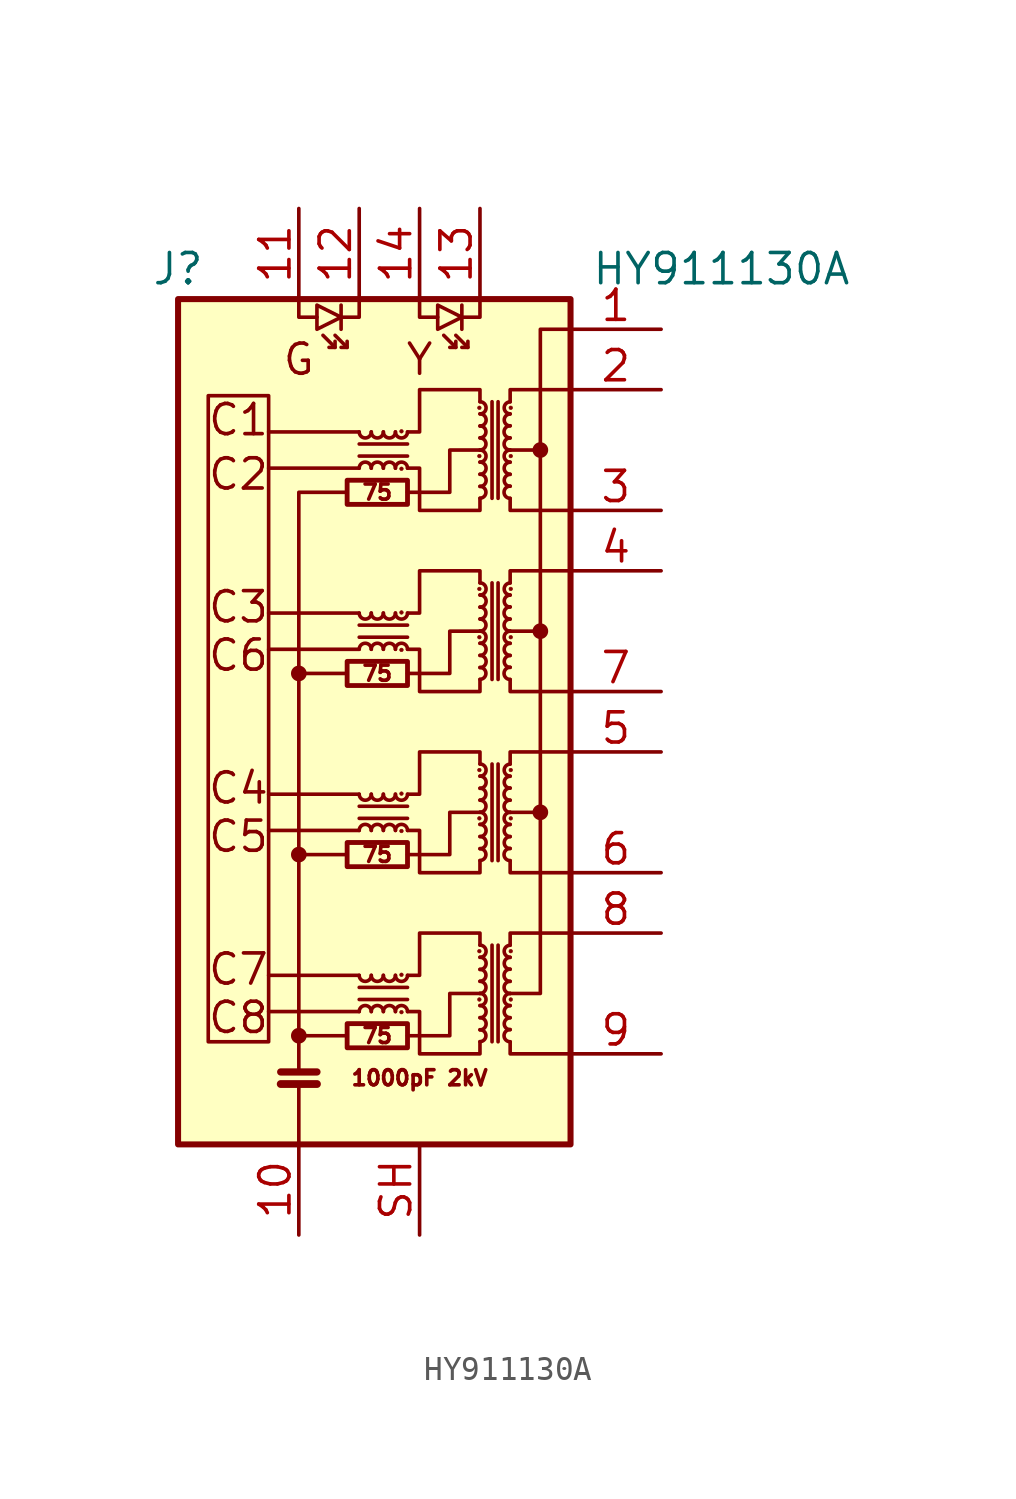
<source format=kicad_sym>
(kicad_symbol_lib
  (version 20220914)
  (generator kicad_symbol_editor)
  (symbol "HY911130A"
    (pin_names hide)
    (property "Reference" "J"
      (at -7.62 20.32 0)
      (effects (font (size 1.27 1.27))))
    (property "Value" "HY911130A"
      (at 15.24 20.32 0)
      (effects (font (size 1.27 1.27))))
    (symbol "HY911130A_0_0"
      (polyline (pts (xy -0.508 -11.938) (xy -2.54 -11.938)) (stroke (width 0) (type default)) (fill (type none)))
      (polyline (pts (xy 0 -10.922) (xy -3.81 -10.922)) (stroke (width 0) (type default)) (fill (type none)))
      (polyline (pts (xy 0 -9.398) (xy -3.81 -9.398)) (stroke (width 0) (type default)) (fill (type none)))
      (polyline (pts (xy 0 -3.302) (xy -3.81 -3.302)) (stroke (width 0) (type default)) (fill (type none)))
      (polyline (pts (xy 0 -1.778) (xy -3.81 -1.778)) (stroke (width 0) (type default)) (fill (type none)))
      (polyline (pts (xy 0 4.318) (xy -3.81 4.318)) (stroke (width 0) (type default)) (fill (type none)))
      (polyline (pts (xy 0 5.842) (xy -3.81 5.842)) (stroke (width 0) (type default)) (fill (type none)))
      (polyline (pts (xy 0 11.938) (xy -3.81 11.938)) (stroke (width 0) (type default)) (fill (type none)))
      (polyline (pts (xy 0 13.462) (xy -3.81 13.462)) (stroke (width 0) (type default)) (fill (type none)))
      (polyline (pts (xy 6.35 5.08) (xy 7.62 5.08)) (stroke (width 0) (type default)) (fill (type none)))
      (polyline (pts (xy 7.62 -2.54) (xy 6.35 -2.54)) (stroke (width 0) (type default)) (fill (type none)))
      (polyline (pts (xy 7.62 12.7) (xy 6.35 12.7)) (stroke (width 0) (type default)) (fill (type none)))
      (polyline (pts (xy 2.032 -11.938) (xy 3.81 -11.938) (xy 3.81 -10.16) (xy 5.08 -10.16)) (stroke (width 0) (type default)) (fill (type none)))
      (polyline (pts (xy 2.032 -4.318) (xy 3.81 -4.318) (xy 3.81 -2.54) (xy 5.08 -2.54)) (stroke (width 0) (type default)) (fill (type none)))
      (polyline (pts (xy 2.032 3.302) (xy 3.81 3.302) (xy 3.81 5.08) (xy 5.08 5.08)) (stroke (width 0) (type default)) (fill (type none)))
      (polyline (pts (xy 2.032 10.922) (xy 3.81 10.922) (xy 3.81 12.7) (xy 5.08 12.7)) (stroke (width 0) (type default)) (fill (type none)))
      (text "1000pF 2kV" (at 2.54 -13.716 0) (effects (font (size 0.635 0.635))))
      (text "75" (at 0.762 -11.938 0) (effects (font (size 0.635 0.635))))
      (text "75" (at 0.762 -4.318 0) (effects (font (size 0.635 0.635))))
      (text "75" (at 0.762 3.302 0) (effects (font (size 0.635 0.635))))
      (text "75" (at 0.762 10.922 0) (effects (font (size 0.635 0.635))))
      (text "C1" (at -5.08 13.97 0) (effects (font (size 1.27 1.27))))
      (text "C2" (at -5.08 11.684 0) (effects (font (size 1.27 1.27))))
      (text "C3" (at -5.08 6.096 0) (effects (font (size 1.27 1.27))))
      (text "C4" (at -5.08 -1.524 0) (effects (font (size 1.27 1.27))))
      (text "C5" (at -5.08 -3.556 0) (effects (font (size 1.27 1.27))))
      (text "C6" (at -5.08 4.064 0) (effects (font (size 1.27 1.27))))
      (text "C7" (at -5.08 -9.144 0) (effects (font (size 1.27 1.27))))
      (text "C8" (at -5.08 -11.176 0) (effects (font (size 1.27 1.27))))
      (text "G" (at -2.54 16.51 0) (effects (font (size 1.27 1.27))))
      (text "Y" (at 2.54 16.51 0) (effects (font (size 1.27 1.27)))))
    (symbol "HY911130A_0_1"
      (rectangle (start -3.81 -12.192) (end -6.35 14.986) (stroke (width 0) (type default)) (fill (type none)))
      (circle (center -2.54 -11.938) (radius 0.254) (stroke (width 0) (type default)) (fill (type outline)))
      (circle (center -2.54 -4.318) (radius 0.254) (stroke (width 0) (type default)) (fill (type outline)))
      (circle (center -2.54 3.302) (radius 0.254) (stroke (width 0) (type default)) (fill (type outline)))
      (rectangle (start -0.508 -12.446) (end 2.032 -11.43) (stroke (width 0.203) (type default)) (fill (type none)))
      (rectangle (start -0.508 -4.826) (end 2.032 -3.81) (stroke (width 0.203) (type default)) (fill (type none)))
      (rectangle (start -0.508 2.794) (end 2.032 3.81) (stroke (width 0.203) (type default)) (fill (type none)))
      (rectangle (start -0.508 10.414) (end 2.032 11.43) (stroke (width 0.203) (type default)) (fill (type none)))
      (arc (start 0 -9.398) (mid 0.254 -9.6509) (end 0.508 -9.398) (stroke (width 0) (type default)) (fill (type none)))
      (arc (start 0 -1.778) (mid 0.254 -2.0309) (end 0.508 -1.778) (stroke (width 0) (type default)) (fill (type none)))
      (polyline (pts (xy -3.302 -13.97) (xy -1.778 -13.97)) (stroke (width 0.33) (type default)) (fill (type none)))
      (polyline (pts (xy -3.302 -13.462) (xy -1.778 -13.462)) (stroke (width 0.305) (type default)) (fill (type none)))
      (polyline (pts (xy -2.54 -16.51) (xy -2.54 -13.97)) (stroke (width 0) (type default)) (fill (type none)))
      (polyline (pts (xy -2.54 3.302) (xy -0.508 3.302)) (stroke (width 0) (type default)) (fill (type none)))
      (polyline (pts (xy -1.016 17.018) (xy -1.524 17.526)) (stroke (width 0) (type default)) (fill (type none)))
      (polyline (pts (xy -0.762 18.796) (xy -0.762 17.78)) (stroke (width 0) (type default)) (fill (type none)))
      (polyline (pts (xy -0.508 -4.318) (xy -2.54 -4.318)) (stroke (width 0) (type default)) (fill (type none)))
      (polyline (pts (xy -0.508 17.018) (xy -1.016 17.526)) (stroke (width 0) (type default)) (fill (type none)))
      (polyline (pts (xy 0 -10.414) (xy 2.032 -10.414)) (stroke (width 0) (type default)) (fill (type none)))
      (polyline (pts (xy 0 -2.794) (xy 2.032 -2.794)) (stroke (width 0) (type default)) (fill (type none)))
      (polyline (pts (xy 0 4.826) (xy 2.032 4.826)) (stroke (width 0) (type default)) (fill (type none)))
      (polyline (pts (xy 0 12.446) (xy 2.032 12.446)) (stroke (width 0) (type default)) (fill (type none)))
      (polyline (pts (xy 2.032 -9.906) (xy 0 -9.906)) (stroke (width 0) (type default)) (fill (type none)))
      (polyline (pts (xy 2.032 -2.286) (xy 0 -2.286)) (stroke (width 0) (type default)) (fill (type none)))
      (polyline (pts (xy 2.032 5.334) (xy 0 5.334)) (stroke (width 0) (type default)) (fill (type none)))
      (polyline (pts (xy 2.032 12.954) (xy 0 12.954)) (stroke (width 0) (type default)) (fill (type none)))
      (polyline (pts (xy 4.064 17.018) (xy 3.556 17.526)) (stroke (width 0) (type default)) (fill (type none)))
      (polyline (pts (xy 4.318 18.796) (xy 4.318 17.78)) (stroke (width 0) (type default)) (fill (type none)))
      (polyline (pts (xy 4.572 17.018) (xy 4.064 17.526)) (stroke (width 0) (type default)) (fill (type none)))
      (polyline (pts (xy 5.588 -8.128) (xy 5.588 -12.192)) (stroke (width 0) (type default)) (fill (type none)))
      (polyline (pts (xy 5.588 -0.508) (xy 5.588 -4.572)) (stroke (width 0) (type default)) (fill (type none)))
      (polyline (pts (xy 5.588 7.112) (xy 5.588 3.048)) (stroke (width 0) (type default)) (fill (type none)))
      (polyline (pts (xy 5.588 14.732) (xy 5.588 10.668)) (stroke (width 0) (type default)) (fill (type none)))
      (polyline (pts (xy 5.842 -12.192) (xy 5.842 -8.128)) (stroke (width 0) (type default)) (fill (type none)))
      (polyline (pts (xy 5.842 -4.572) (xy 5.842 -0.508)) (stroke (width 0) (type default)) (fill (type none)))
      (polyline (pts (xy 5.842 3.048) (xy 5.842 7.112)) (stroke (width 0) (type default)) (fill (type none)))
      (polyline (pts (xy 5.842 10.668) (xy 5.842 14.732)) (stroke (width 0) (type default)) (fill (type none)))
      (polyline (pts (xy -2.54 -13.462) (xy -2.54 10.922) (xy -0.508 10.922)) (stroke (width 0) (type default)) (fill (type none)))
      (polyline (pts (xy -2.54 19.05) (xy -2.54 18.288) (xy -1.778 18.288)) (stroke (width 0) (type default)) (fill (type none)))
      (polyline (pts (xy -1.016 17.272) (xy -1.016 17.018) (xy -1.27 17.018)) (stroke (width 0) (type default)) (fill (type none)))
      (polyline (pts (xy -0.508 17.272) (xy -0.508 17.018) (xy -0.762 17.018)) (stroke (width 0) (type default)) (fill (type none)))
      (polyline (pts (xy 0 19.05) (xy 0 18.288) (xy -0.762 18.288)) (stroke (width 0) (type default)) (fill (type none)))
      (polyline (pts (xy 2.54 19.05) (xy 2.54 18.288) (xy 3.302 18.288)) (stroke (width 0) (type default)) (fill (type none)))
      (polyline (pts (xy 4.064 17.272) (xy 4.064 17.018) (xy 3.81 17.018)) (stroke (width 0) (type default)) (fill (type none)))
      (polyline (pts (xy 4.572 17.272) (xy 4.572 17.018) (xy 4.318 17.018)) (stroke (width 0) (type default)) (fill (type none)))
      (polyline (pts (xy 5.08 19.05) (xy 5.08 18.288) (xy 4.318 18.288)) (stroke (width 0) (type default)) (fill (type none)))
      (polyline (pts (xy 6.35 -12.192) (xy 6.35 -12.7) (xy 8.89 -12.7)) (stroke (width 0) (type default)) (fill (type none)))
      (polyline (pts (xy 6.35 -8.128) (xy 6.35 -7.62) (xy 8.89 -7.62)) (stroke (width 0) (type default)) (fill (type none)))
      (polyline (pts (xy 6.35 -4.572) (xy 6.35 -5.08) (xy 8.89 -5.08)) (stroke (width 0) (type default)) (fill (type none)))
      (polyline (pts (xy 6.35 -0.508) (xy 6.35 0) (xy 8.89 0)) (stroke (width 0) (type default)) (fill (type none)))
      (polyline (pts (xy 6.35 3.048) (xy 6.35 2.54) (xy 8.89 2.54)) (stroke (width 0) (type default)) (fill (type none)))
      (polyline (pts (xy 6.35 7.112) (xy 6.35 7.62) (xy 8.89 7.62)) (stroke (width 0) (type default)) (fill (type none)))
      (polyline (pts (xy 6.35 10.668) (xy 6.35 10.16) (xy 8.89 10.16)) (stroke (width 0) (type default)) (fill (type none)))
      (polyline (pts (xy 6.35 14.732) (xy 6.35 15.24) (xy 8.89 15.24)) (stroke (width 0) (type default)) (fill (type none)))
      (polyline (pts (xy -0.762 18.288) (xy -1.778 18.796) (xy -1.778 17.78) (xy -0.762 18.288)) (stroke (width 0) (type default)) (fill (type none)))
      (polyline (pts (xy 4.318 18.288) (xy 3.302 18.796) (xy 3.302 17.78) (xy 4.318 18.288)) (stroke (width 0) (type default)) (fill (type none)))
      (polyline (pts (xy 8.89 17.78) (xy 7.62 17.78) (xy 7.62 -10.16) (xy 6.35 -10.16)) (stroke (width 0) (type default)) (fill (type none)))
      (polyline (pts (xy 2.032 -9.398) (xy 2.54 -9.398) (xy 2.54 -7.62) (xy 5.08 -7.62) (xy 5.08 -8.128)) (stroke (width 0) (type default)) (fill (type none)))
      (polyline (pts (xy 2.032 -1.778) (xy 2.54 -1.778) (xy 2.54 0) (xy 5.08 0) (xy 5.08 -0.508)) (stroke (width 0) (type default)) (fill (type none)))
      (polyline (pts (xy 2.032 5.842) (xy 2.54 5.842) (xy 2.54 7.62) (xy 5.08 7.62) (xy 5.08 7.112)) (stroke (width 0) (type default)) (fill (type none)))
      (polyline (pts (xy 2.032 13.462) (xy 2.54 13.462) (xy 2.54 15.24) (xy 5.08 15.24) (xy 5.08 14.732)) (stroke (width 0) (type default)) (fill (type none)))
      (polyline (pts (xy 5.08 -12.192) (xy 5.08 -12.7) (xy 2.54 -12.7) (xy 2.54 -10.922) (xy 2.032 -10.922)) (stroke (width 0) (type default)) (fill (type none)))
      (polyline (pts (xy 5.08 -4.572) (xy 5.08 -5.08) (xy 2.54 -5.08) (xy 2.54 -3.302) (xy 2.032 -3.302)) (stroke (width 0) (type default)) (fill (type none)))
      (polyline (pts (xy 5.08 3.048) (xy 5.08 2.54) (xy 2.54 2.54) (xy 2.54 4.318) (xy 2.032 4.318)) (stroke (width 0) (type default)) (fill (type none)))
      (polyline (pts (xy 5.08 10.668) (xy 5.08 10.16) (xy 2.54 10.16) (xy 2.54 11.938) (xy 2.032 11.938)) (stroke (width 0) (type default)) (fill (type none)))
      (arc (start 0 5.842) (mid 0.254 5.5891) (end 0.508 5.842) (stroke (width 0) (type default)) (fill (type none)))
      (arc (start 0 13.462) (mid 0.254 13.2091) (end 0.508 13.462) (stroke (width 0) (type default)) (fill (type none)))
      (arc (start 0.508 -10.922) (mid 0.254 -10.6691) (end 0 -10.922) (stroke (width 0) (type default)) (fill (type none)))
      (arc (start 0.508 -9.398) (mid 0.762 -9.6509) (end 1.016 -9.398) (stroke (width 0) (type default)) (fill (type none)))
      (arc (start 0.508 -3.302) (mid 0.254 -3.0491) (end 0 -3.302) (stroke (width 0) (type default)) (fill (type none)))
      (arc (start 0.508 -1.778) (mid 0.762 -2.0309) (end 1.016 -1.778) (stroke (width 0) (type default)) (fill (type none)))
      (arc (start 0.508 4.318) (mid 0.254 4.5709) (end 0 4.318) (stroke (width 0) (type default)) (fill (type none)))
      (arc (start 0.508 5.842) (mid 0.762 5.5891) (end 1.016 5.842) (stroke (width 0) (type default)) (fill (type none)))
      (arc (start 0.508 11.938) (mid 0.254 12.1909) (end 0 11.938) (stroke (width 0) (type default)) (fill (type none)))
      (arc (start 0.508 13.462) (mid 0.762 13.2091) (end 1.016 13.462) (stroke (width 0) (type default)) (fill (type none)))
      (arc (start 1.016 -10.922) (mid 0.762 -10.6691) (end 0.508 -10.922) (stroke (width 0) (type default)) (fill (type none)))
      (arc (start 1.016 -9.398) (mid 1.27 -9.6509) (end 1.524 -9.398) (stroke (width 0) (type default)) (fill (type none)))
      (arc (start 1.016 -3.302) (mid 0.762 -3.0491) (end 0.508 -3.302) (stroke (width 0) (type default)) (fill (type none)))
      (arc (start 1.016 -1.778) (mid 1.27 -2.0309) (end 1.524 -1.778) (stroke (width 0) (type default)) (fill (type none)))
      (arc (start 1.016 4.318) (mid 0.762 4.5709) (end 0.508 4.318) (stroke (width 0) (type default)) (fill (type none)))
      (arc (start 1.016 5.842) (mid 1.27 5.5891) (end 1.524 5.842) (stroke (width 0) (type default)) (fill (type none)))
      (arc (start 1.016 11.938) (mid 0.762 12.1909) (end 0.508 11.938) (stroke (width 0) (type default)) (fill (type none)))
      (arc (start 1.016 13.462) (mid 1.27 13.2091) (end 1.524 13.462) (stroke (width 0) (type default)) (fill (type none)))
      (arc (start 1.524 -10.922) (mid 1.27 -10.6691) (end 1.016 -10.922) (stroke (width 0) (type default)) (fill (type none)))
      (arc (start 1.524 -9.398) (mid 1.778 -9.6509) (end 2.032 -9.398) (stroke (width 0) (type default)) (fill (type none)))
      (arc (start 1.524 -3.302) (mid 1.27 -3.0491) (end 1.016 -3.302) (stroke (width 0) (type default)) (fill (type none)))
      (arc (start 1.524 -1.778) (mid 1.778 -2.0309) (end 2.032 -1.778) (stroke (width 0) (type default)) (fill (type none)))
      (arc (start 1.524 4.318) (mid 1.27 4.5709) (end 1.016 4.318) (stroke (width 0) (type default)) (fill (type none)))
      (arc (start 1.524 5.842) (mid 1.778 5.5891) (end 2.032 5.842) (stroke (width 0) (type default)) (fill (type none)))
      (arc (start 1.524 11.938) (mid 1.27 12.1909) (end 1.016 11.938) (stroke (width 0) (type default)) (fill (type none)))
      (arc (start 1.524 13.462) (mid 1.778 13.2091) (end 2.032 13.462) (stroke (width 0) (type default)) (fill (type none)))
      (circle (center 1.778 -10.947) (radius 0.076) (stroke (width 0.025) (type default)) (fill (type outline)))
      (circle (center 1.778 -9.373) (radius 0.076) (stroke (width 0.025) (type default)) (fill (type outline)))
      (circle (center 1.778 -3.327) (radius 0.076) (stroke (width 0.025) (type default)) (fill (type outline)))
      (circle (center 1.778 -1.753) (radius 0.076) (stroke (width 0.025) (type default)) (fill (type outline)))
      (circle (center 1.778 4.293) (radius 0.076) (stroke (width 0.025) (type default)) (fill (type outline)))
      (circle (center 1.778 5.867) (radius 0.076) (stroke (width 0.025) (type default)) (fill (type outline)))
      (circle (center 1.778 11.913) (radius 0.076) (stroke (width 0.025) (type default)) (fill (type outline)))
      (circle (center 1.778 13.487) (radius 0.076) (stroke (width 0.025) (type default)) (fill (type outline)))
      (arc (start 2.032 -10.922) (mid 1.778 -10.6691) (end 1.524 -10.922) (stroke (width 0) (type default)) (fill (type none)))
      (arc (start 2.032 -3.302) (mid 1.778 -3.0491) (end 1.524 -3.302) (stroke (width 0) (type default)) (fill (type none)))
      (arc (start 2.032 4.318) (mid 1.778 4.5709) (end 1.524 4.318) (stroke (width 0) (type default)) (fill (type none)))
      (arc (start 2.032 11.938) (mid 1.778 12.1909) (end 1.524 11.938) (stroke (width 0) (type default)) (fill (type none)))
      (circle (center 5.055 -10.414) (radius 0.076) (stroke (width 0.025) (type default)) (fill (type outline)))
      (circle (center 5.055 -8.382) (radius 0.076) (stroke (width 0.025) (type default)) (fill (type outline)))
      (circle (center 5.055 -2.794) (radius 0.076) (stroke (width 0.025) (type default)) (fill (type outline)))
      (circle (center 5.055 -0.762) (radius 0.076) (stroke (width 0.025) (type default)) (fill (type outline)))
      (circle (center 5.055 4.826) (radius 0.076) (stroke (width 0.025) (type default)) (fill (type outline)))
      (circle (center 5.055 6.858) (radius 0.076) (stroke (width 0.025) (type default)) (fill (type outline)))
      (circle (center 5.055 12.446) (radius 0.076) (stroke (width 0.025) (type default)) (fill (type outline)))
      (circle (center 5.055 14.478) (radius 0.076) (stroke (width 0.025) (type default)) (fill (type outline)))
      (arc (start 5.08 -12.192) (mid 5.3329 -11.938) (end 5.08 -11.684) (stroke (width 0) (type default)) (fill (type none)))
      (arc (start 5.08 -11.684) (mid 5.3329 -11.43) (end 5.08 -11.176) (stroke (width 0) (type default)) (fill (type none)))
      (arc (start 5.08 -11.176) (mid 5.3329 -10.922) (end 5.08 -10.668) (stroke (width 0) (type default)) (fill (type none)))
      (arc (start 5.08 -10.668) (mid 5.3329 -10.414) (end 5.08 -10.16) (stroke (width 0) (type default)) (fill (type none)))
      (arc (start 5.08 -10.16) (mid 5.3329 -9.906) (end 5.08 -9.652) (stroke (width 0) (type default)) (fill (type none)))
      (arc (start 5.08 -9.652) (mid 5.3329 -9.398) (end 5.08 -9.144) (stroke (width 0) (type default)) (fill (type none)))
      (arc (start 5.08 -9.144) (mid 5.3329 -8.89) (end 5.08 -8.636) (stroke (width 0) (type default)) (fill (type none)))
      (arc (start 5.08 -8.636) (mid 5.3329 -8.382) (end 5.08 -8.128) (stroke (width 0) (type default)) (fill (type none)))
      (arc (start 5.08 -4.572) (mid 5.3329 -4.318) (end 5.08 -4.064) (stroke (width 0) (type default)) (fill (type none)))
      (arc (start 5.08 -4.064) (mid 5.3329 -3.81) (end 5.08 -3.556) (stroke (width 0) (type default)) (fill (type none)))
      (arc (start 5.08 -3.556) (mid 5.3329 -3.302) (end 5.08 -3.048) (stroke (width 0) (type default)) (fill (type none)))
      (arc (start 5.08 -3.048) (mid 5.3329 -2.794) (end 5.08 -2.54) (stroke (width 0) (type default)) (fill (type none)))
      (arc (start 5.08 -2.54) (mid 5.3329 -2.286) (end 5.08 -2.032) (stroke (width 0) (type default)) (fill (type none)))
      (arc (start 5.08 -2.032) (mid 5.3329 -1.778) (end 5.08 -1.524) (stroke (width 0) (type default)) (fill (type none)))
      (arc (start 5.08 -1.524) (mid 5.3329 -1.27) (end 5.08 -1.016) (stroke (width 0) (type default)) (fill (type none)))
      (arc (start 5.08 -1.016) (mid 5.3329 -0.762) (end 5.08 -0.508) (stroke (width 0) (type default)) (fill (type none)))
      (arc (start 5.08 3.048) (mid 5.3329 3.302) (end 5.08 3.556) (stroke (width 0) (type default)) (fill (type none)))
      (arc (start 5.08 3.556) (mid 5.3329 3.81) (end 5.08 4.064) (stroke (width 0) (type default)) (fill (type none)))
      (arc (start 5.08 4.064) (mid 5.3329 4.318) (end 5.08 4.572) (stroke (width 0) (type default)) (fill (type none)))
      (arc (start 5.08 4.572) (mid 5.3329 4.826) (end 5.08 5.08) (stroke (width 0) (type default)) (fill (type none)))
      (arc (start 5.08 5.08) (mid 5.3329 5.334) (end 5.08 5.588) (stroke (width 0) (type default)) (fill (type none)))
      (arc (start 5.08 5.588) (mid 5.3329 5.842) (end 5.08 6.096) (stroke (width 0) (type default)) (fill (type none)))
      (arc (start 5.08 6.096) (mid 5.3329 6.35) (end 5.08 6.604) (stroke (width 0) (type default)) (fill (type none)))
      (arc (start 5.08 6.604) (mid 5.3329 6.858) (end 5.08 7.112) (stroke (width 0) (type default)) (fill (type none)))
      (arc (start 5.08 10.668) (mid 5.3329 10.922) (end 5.08 11.176) (stroke (width 0) (type default)) (fill (type none)))
      (arc (start 5.08 11.176) (mid 5.3329 11.43) (end 5.08 11.684) (stroke (width 0) (type default)) (fill (type none)))
      (arc (start 5.08 11.684) (mid 5.3329 11.938) (end 5.08 12.192) (stroke (width 0) (type default)) (fill (type none)))
      (arc (start 5.08 12.192) (mid 5.3329 12.446) (end 5.08 12.7) (stroke (width 0) (type default)) (fill (type none)))
      (arc (start 5.08 12.7) (mid 5.3329 12.954) (end 5.08 13.208) (stroke (width 0) (type default)) (fill (type none)))
      (arc (start 5.08 13.208) (mid 5.3329 13.462) (end 5.08 13.716) (stroke (width 0) (type default)) (fill (type none)))
      (arc (start 5.08 13.716) (mid 5.3329 13.97) (end 5.08 14.224) (stroke (width 0) (type default)) (fill (type none)))
      (arc (start 5.08 14.224) (mid 5.3329 14.478) (end 5.08 14.732) (stroke (width 0) (type default)) (fill (type none)))
      (arc (start 6.35 -11.684) (mid 6.0971 -11.938) (end 6.35 -12.192) (stroke (width 0) (type default)) (fill (type none)))
      (arc (start 6.35 -11.176) (mid 6.0971 -11.43) (end 6.35 -11.684) (stroke (width 0) (type default)) (fill (type none)))
      (arc (start 6.35 -10.668) (mid 6.0971 -10.922) (end 6.35 -11.176) (stroke (width 0) (type default)) (fill (type none)))
      (arc (start 6.35 -10.16) (mid 6.0971 -10.414) (end 6.35 -10.668) (stroke (width 0) (type default)) (fill (type none)))
      (arc (start 6.35 -9.652) (mid 6.0971 -9.906) (end 6.35 -10.16) (stroke (width 0) (type default)) (fill (type none)))
      (arc (start 6.35 -9.144) (mid 6.0971 -9.398) (end 6.35 -9.652) (stroke (width 0) (type default)) (fill (type none)))
      (arc (start 6.35 -8.636) (mid 6.0971 -8.89) (end 6.35 -9.144) (stroke (width 0) (type default)) (fill (type none)))
      (arc (start 6.35 -8.128) (mid 6.0971 -8.382) (end 6.35 -8.636) (stroke (width 0) (type default)) (fill (type none)))
      (arc (start 6.35 -4.064) (mid 6.0971 -4.318) (end 6.35 -4.572) (stroke (width 0) (type default)) (fill (type none)))
      (arc (start 6.35 -3.556) (mid 6.0971 -3.81) (end 6.35 -4.064) (stroke (width 0) (type default)) (fill (type none)))
      (arc (start 6.35 -3.048) (mid 6.0971 -3.302) (end 6.35 -3.556) (stroke (width 0) (type default)) (fill (type none)))
      (arc (start 6.35 -2.54) (mid 6.0971 -2.794) (end 6.35 -3.048) (stroke (width 0) (type default)) (fill (type none)))
      (arc (start 6.35 -2.032) (mid 6.0971 -2.286) (end 6.35 -2.54) (stroke (width 0) (type default)) (fill (type none)))
      (arc (start 6.35 -1.524) (mid 6.0971 -1.778) (end 6.35 -2.032) (stroke (width 0) (type default)) (fill (type none)))
      (arc (start 6.35 -1.016) (mid 6.0971 -1.27) (end 6.35 -1.524) (stroke (width 0) (type default)) (fill (type none)))
      (arc (start 6.35 -0.508) (mid 6.0971 -0.762) (end 6.35 -1.016) (stroke (width 0) (type default)) (fill (type none)))
      (arc (start 6.35 3.556) (mid 6.0971 3.302) (end 6.35 3.048) (stroke (width 0) (type default)) (fill (type none)))
      (arc (start 6.35 4.064) (mid 6.0971 3.81) (end 6.35 3.556) (stroke (width 0) (type default)) (fill (type none)))
      (arc (start 6.35 4.572) (mid 6.0971 4.318) (end 6.35 4.064) (stroke (width 0) (type default)) (fill (type none)))
      (arc (start 6.35 5.08) (mid 6.0971 4.826) (end 6.35 4.572) (stroke (width 0) (type default)) (fill (type none)))
      (arc (start 6.35 5.588) (mid 6.0971 5.334) (end 6.35 5.08) (stroke (width 0) (type default)) (fill (type none)))
      (arc (start 6.35 6.096) (mid 6.0971 5.842) (end 6.35 5.588) (stroke (width 0) (type default)) (fill (type none)))
      (arc (start 6.35 6.604) (mid 6.0971 6.35) (end 6.35 6.096) (stroke (width 0) (type default)) (fill (type none)))
      (arc (start 6.35 7.112) (mid 6.0971 6.858) (end 6.35 6.604) (stroke (width 0) (type default)) (fill (type none)))
      (arc (start 6.35 11.176) (mid 6.0971 10.922) (end 6.35 10.668) (stroke (width 0) (type default)) (fill (type none)))
      (arc (start 6.35 11.684) (mid 6.0971 11.43) (end 6.35 11.176) (stroke (width 0) (type default)) (fill (type none)))
      (arc (start 6.35 12.192) (mid 6.0971 11.938) (end 6.35 11.684) (stroke (width 0) (type default)) (fill (type none)))
      (arc (start 6.35 12.7) (mid 6.0971 12.446) (end 6.35 12.192) (stroke (width 0) (type default)) (fill (type none)))
      (arc (start 6.35 13.208) (mid 6.0971 12.954) (end 6.35 12.7) (stroke (width 0) (type default)) (fill (type none)))
      (arc (start 6.35 13.716) (mid 6.0971 13.462) (end 6.35 13.208) (stroke (width 0) (type default)) (fill (type none)))
      (arc (start 6.35 14.224) (mid 6.0971 13.97) (end 6.35 13.716) (stroke (width 0) (type default)) (fill (type none)))
      (arc (start 6.35 14.732) (mid 6.0971 14.478) (end 6.35 14.224) (stroke (width 0) (type default)) (fill (type none)))
      (circle (center 6.375 -10.414) (radius 0.076) (stroke (width 0.025) (type default)) (fill (type outline)))
      (circle (center 6.375 -8.382) (radius 0.076) (stroke (width 0.025) (type default)) (fill (type outline)))
      (circle (center 6.375 -2.794) (radius 0.076) (stroke (width 0.025) (type default)) (fill (type outline)))
      (circle (center 6.375 -0.762) (radius 0.076) (stroke (width 0.025) (type default)) (fill (type outline)))
      (circle (center 6.375 4.826) (radius 0.076) (stroke (width 0.025) (type default)) (fill (type outline)))
      (circle (center 6.375 6.858) (radius 0.076) (stroke (width 0.025) (type default)) (fill (type outline)))
      (circle (center 6.375 12.446) (radius 0.076) (stroke (width 0.025) (type default)) (fill (type outline)))
      (circle (center 6.375 14.478) (radius 0.076) (stroke (width 0.025) (type default)) (fill (type outline)))
      (circle (center 7.62 -2.54) (radius 0.254) (stroke (width 0) (type default)) (fill (type outline)))
      (circle (center 7.62 5.08) (radius 0.254) (stroke (width 0) (type default)) (fill (type outline)))
      (circle (center 7.62 12.7) (radius 0.254) (stroke (width 0) (type default)) (fill (type outline)))
      (rectangle (start 8.89 19.05) (end -7.62 -16.51) (stroke (width 0.254) (type default)) (fill (type background)))
      (pin passive line (at -2.54 -20.32 90) (length 3.81) (name "GND" (effects (font (size 1.27 1.27)))) (number "10" (effects (font (size 1.27 1.27))))))
    (symbol "HY911130A_1_1"
      (pin passive line (at 12.7 17.78 180) (length 3.81) (name "CT" (effects (font (size 1.27 1.27)))) (number "1" (effects (font (size 1.27 1.27)))))
      (pin passive line (at -2.54 22.86 270) (length 3.81) (name "~" (effects (font (size 1.27 1.27)))) (number "11" (effects (font (size 1.27 1.27)))))
      (pin passive line (at 0 22.86 270) (length 3.81) (name "~" (effects (font (size 1.27 1.27)))) (number "12" (effects (font (size 1.27 1.27)))))
      (pin passive line (at 5.08 22.86 270) (length 3.81) (name "~" (effects (font (size 1.27 1.27)))) (number "13" (effects (font (size 1.27 1.27)))))
      (pin passive line (at 2.54 22.86 270) (length 3.81) (name "~" (effects (font (size 1.27 1.27)))) (number "14" (effects (font (size 1.27 1.27)))))
      (pin passive line (at 12.7 15.24 180) (length 3.81) (name "TD1+" (effects (font (size 1.27 1.27)))) (number "2" (effects (font (size 1.27 1.27)))))
      (pin passive line (at 12.7 10.16 180) (length 3.81) (name "TD1-" (effects (font (size 1.27 1.27)))) (number "3" (effects (font (size 1.27 1.27)))))
      (pin passive line (at 12.7 7.62 180) (length 3.81) (name "TD2+" (effects (font (size 1.27 1.27)))) (number "4" (effects (font (size 1.27 1.27)))))
      (pin passive line (at 12.7 0 180) (length 3.81) (name "TD3+" (effects (font (size 1.27 1.27)))) (number "5" (effects (font (size 1.27 1.27)))))
      (pin passive line (at 12.7 -5.08 180) (length 3.81) (name "TD3-" (effects (font (size 1.27 1.27)))) (number "6" (effects (font (size 1.27 1.27)))))
      (pin passive line (at 12.7 2.54 180) (length 3.81) (name "TD2-" (effects (font (size 1.27 1.27)))) (number "7" (effects (font (size 1.27 1.27)))))
      (pin passive line (at 12.7 -7.62 180) (length 3.81) (name "TD4+" (effects (font (size 1.27 1.27)))) (number "8" (effects (font (size 1.27 1.27)))))
      (pin passive line (at 12.7 -12.7 180) (length 3.81) (name "TD4-" (effects (font (size 1.27 1.27)))) (number "9" (effects (font (size 1.27 1.27)))))
      (pin passive line (at 2.54 -20.32 90) (length 3.81) (name "SH" (effects (font (size 1.27 1.27)))) (number "SH" (effects (font (size 1.27 1.27))))))))
</source>
